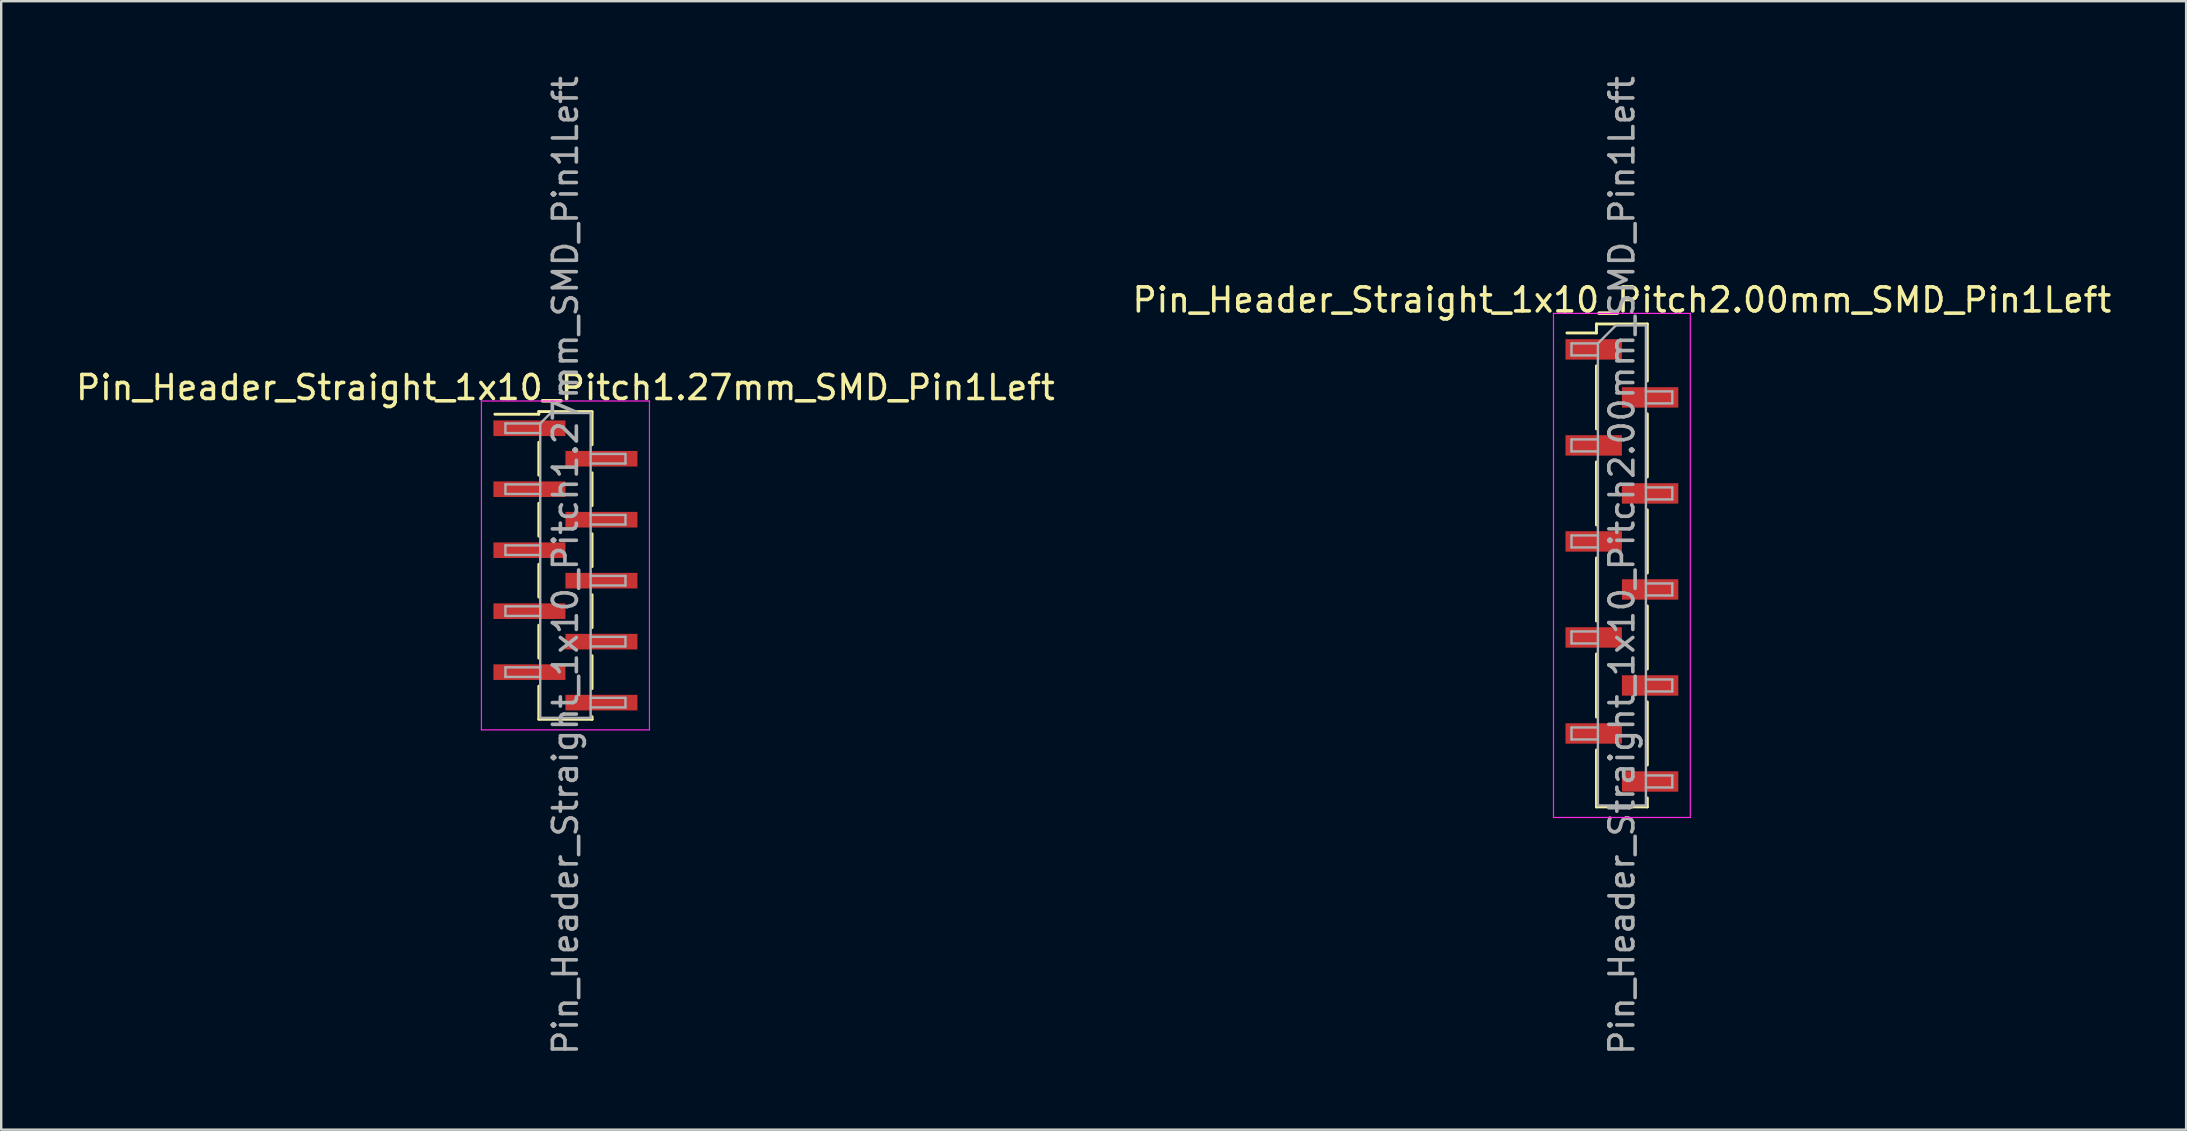
<source format=kicad_pcb>
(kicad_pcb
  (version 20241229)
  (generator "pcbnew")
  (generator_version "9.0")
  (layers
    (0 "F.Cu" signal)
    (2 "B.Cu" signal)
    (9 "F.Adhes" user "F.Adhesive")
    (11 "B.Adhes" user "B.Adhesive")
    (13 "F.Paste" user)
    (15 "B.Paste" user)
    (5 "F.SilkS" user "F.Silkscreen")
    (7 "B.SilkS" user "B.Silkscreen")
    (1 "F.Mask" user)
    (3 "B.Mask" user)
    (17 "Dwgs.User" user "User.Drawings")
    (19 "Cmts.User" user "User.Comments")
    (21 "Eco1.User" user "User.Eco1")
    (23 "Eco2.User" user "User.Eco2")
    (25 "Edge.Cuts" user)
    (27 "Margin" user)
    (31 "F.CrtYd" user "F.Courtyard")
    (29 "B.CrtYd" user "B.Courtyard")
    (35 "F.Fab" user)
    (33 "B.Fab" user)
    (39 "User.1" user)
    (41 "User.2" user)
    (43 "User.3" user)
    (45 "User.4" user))
  (footprint "Pin_Header_Straight_1x10_Pitch2.00mm_SMD_Pin1Left"
    (layer "F.Cu")
    (at 64.518 20.506)
    (property "Reference" "Pin_Header_Straight_1x10_Pitch2.00mm_SMD_Pin1Left" (at 0 -11.06 0) (layer "F.SilkS") (effects (font (size 1 1) (thickness 0.15))))
    (attr smd)
    (fp_line (start -1.06 -10.06) (end -1.06 -9.685) (stroke (width 0.12) (type solid)) (layer "F.SilkS"))
    (fp_line (start -1.06 -10.06) (end 1.06 -10.06) (stroke (width 0.12) (type solid)) (layer "F.SilkS"))
    (fp_line (start -1.06 -9.685) (end -2.29 -9.685) (stroke (width 0.12) (type solid)) (layer "F.SilkS"))
    (fp_line (start -1.06 -8.315) (end -1.06 -5.685) (stroke (width 0.12) (type solid)) (layer "F.SilkS"))
    (fp_line (start -1.06 -4.315) (end -1.06 -1.685) (stroke (width 0.12) (type solid)) (layer "F.SilkS"))
    (fp_line (start -1.06 -0.315) (end -1.06 2.315) (stroke (width 0.12) (type solid)) (layer "F.SilkS"))
    (fp_line (start -1.06 3.685) (end -1.06 6.315) (stroke (width 0.12) (type solid)) (layer "F.SilkS"))
    (fp_line (start -1.06 7.685) (end -1.06 10.06) (stroke (width 0.12) (type solid)) (layer "F.SilkS"))
    (fp_line (start -1.06 10.06) (end 1.06 10.06) (stroke (width 0.12) (type solid)) (layer "F.SilkS"))
    (fp_line (start 1.06 -10.06) (end 1.06 -7.685) (stroke (width 0.12) (type solid)) (layer "F.SilkS"))
    (fp_line (start 1.06 -6.315) (end 1.06 -3.685) (stroke (width 0.12) (type solid)) (layer "F.SilkS"))
    (fp_line (start 1.06 -2.315) (end 1.06 0.315) (stroke (width 0.12) (type solid)) (layer "F.SilkS"))
    (fp_line (start 1.06 1.685) (end 1.06 4.315) (stroke (width 0.12) (type solid)) (layer "F.SilkS"))
    (fp_line (start 1.06 5.685) (end 1.06 8.315) (stroke (width 0.12) (type solid)) (layer "F.SilkS"))
    (fp_line (start 1.06 9.685) (end 1.06 10.06) (stroke (width 0.12) (type solid)) (layer "F.SilkS"))
    (fp_line (start -2.85 -10.5) (end -2.85 10.5) (stroke (width 0.05) (type solid)) (layer "F.CrtYd"))
    (fp_line (start -2.85 10.5) (end 2.85 10.5) (stroke (width 0.05) (type solid)) (layer "F.CrtYd"))
    (fp_line (start 2.85 -10.5) (end -2.85 -10.5) (stroke (width 0.05) (type solid)) (layer "F.CrtYd"))
    (fp_line (start 2.85 10.5) (end 2.85 -10.5) (stroke (width 0.05) (type solid)) (layer "F.CrtYd"))
    (fp_line (start -2.1 -9.25) (end -2.1 -8.75) (stroke (width 0.1) (type solid)) (layer "F.Fab"))
    (fp_line (start -2.1 -8.75) (end -1 -8.75) (stroke (width 0.1) (type solid)) (layer "F.Fab"))
    (fp_line (start -2.1 -5.25) (end -2.1 -4.75) (stroke (width 0.1) (type solid)) (layer "F.Fab"))
    (fp_line (start -2.1 -4.75) (end -1 -4.75) (stroke (width 0.1) (type solid)) (layer "F.Fab"))
    (fp_line (start -2.1 -1.25) (end -2.1 -0.75) (stroke (width 0.1) (type solid)) (layer "F.Fab"))
    (fp_line (start -2.1 -0.75) (end -1 -0.75) (stroke (width 0.1) (type solid)) (layer "F.Fab"))
    (fp_line (start -2.1 2.75) (end -2.1 3.25) (stroke (width 0.1) (type solid)) (layer "F.Fab"))
    (fp_line (start -2.1 3.25) (end -1 3.25) (stroke (width 0.1) (type solid)) (layer "F.Fab"))
    (fp_line (start -2.1 6.75) (end -2.1 7.25) (stroke (width 0.1) (type solid)) (layer "F.Fab"))
    (fp_line (start -2.1 7.25) (end -1 7.25) (stroke (width 0.1) (type solid)) (layer "F.Fab"))
    (fp_line (start -1 -9.25) (end -2.1 -9.25) (stroke (width 0.1) (type solid)) (layer "F.Fab"))
    (fp_line (start -1 -9.25) (end -0.25 -10) (stroke (width 0.1) (type solid)) (layer "F.Fab"))
    (fp_line (start -1 -5.25) (end -2.1 -5.25) (stroke (width 0.1) (type solid)) (layer "F.Fab"))
    (fp_line (start -1 -1.25) (end -2.1 -1.25) (stroke (width 0.1) (type solid)) (layer "F.Fab"))
    (fp_line (start -1 2.75) (end -2.1 2.75) (stroke (width 0.1) (type solid)) (layer "F.Fab"))
    (fp_line (start -1 6.75) (end -2.1 6.75) (stroke (width 0.1) (type solid)) (layer "F.Fab"))
    (fp_line (start -1 10) (end -1 -9.25) (stroke (width 0.1) (type solid)) (layer "F.Fab"))
    (fp_line (start -0.25 -10) (end 1 -10) (stroke (width 0.1) (type solid)) (layer "F.Fab"))
    (fp_line (start 1 -10) (end 1 10) (stroke (width 0.1) (type solid)) (layer "F.Fab"))
    (fp_line (start 1 -7.25) (end 2.1 -7.25) (stroke (width 0.1) (type solid)) (layer "F.Fab"))
    (fp_line (start 1 -3.25) (end 2.1 -3.25) (stroke (width 0.1) (type solid)) (layer "F.Fab"))
    (fp_line (start 1 0.75) (end 2.1 0.75) (stroke (width 0.1) (type solid)) (layer "F.Fab"))
    (fp_line (start 1 4.75) (end 2.1 4.75) (stroke (width 0.1) (type solid)) (layer "F.Fab"))
    (fp_line (start 1 8.75) (end 2.1 8.75) (stroke (width 0.1) (type solid)) (layer "F.Fab"))
    (fp_line (start 1 10) (end -1 10) (stroke (width 0.1) (type solid)) (layer "F.Fab"))
    (fp_line (start 2.1 -7.25) (end 2.1 -6.75) (stroke (width 0.1) (type solid)) (layer "F.Fab"))
    (fp_line (start 2.1 -6.75) (end 1 -6.75) (stroke (width 0.1) (type solid)) (layer "F.Fab"))
    (fp_line (start 2.1 -3.25) (end 2.1 -2.75) (stroke (width 0.1) (type solid)) (layer "F.Fab"))
    (fp_line (start 2.1 -2.75) (end 1 -2.75) (stroke (width 0.1) (type solid)) (layer "F.Fab"))
    (fp_line (start 2.1 0.75) (end 2.1 1.25) (stroke (width 0.1) (type solid)) (layer "F.Fab"))
    (fp_line (start 2.1 1.25) (end 1 1.25) (stroke (width 0.1) (type solid)) (layer "F.Fab"))
    (fp_line (start 2.1 4.75) (end 2.1 5.25) (stroke (width 0.1) (type solid)) (layer "F.Fab"))
    (fp_line (start 2.1 5.25) (end 1 5.25) (stroke (width 0.1) (type solid)) (layer "F.Fab"))
    (fp_line (start 2.1 8.75) (end 2.1 9.25) (stroke (width 0.1) (type solid)) (layer "F.Fab"))
    (fp_line (start 2.1 9.25) (end 1 9.25) (stroke (width 0.1) (type solid)) (layer "F.Fab"))
    (fp_text user "${REFERENCE}" (at 0 0 90) (layer "F.Fab") (effects (font (size 1 1) (thickness 0.15))))
    (pad "1" smd rect (at -1.175 -9) (size 2.35 0.85) (layers "F.Cu" "F.Mask" "F.Paste"))
    (pad "2" smd rect (at 1.175 -7) (size 2.35 0.85) (layers "F.Cu" "F.Mask" "F.Paste"))
    (pad "3" smd rect (at -1.175 -5) (size 2.35 0.85) (layers "F.Cu" "F.Mask" "F.Paste"))
    (pad "4" smd rect (at 1.175 -3) (size 2.35 0.85) (layers "F.Cu" "F.Mask" "F.Paste"))
    (pad "5" smd rect (at -1.175 -1) (size 2.35 0.85) (layers "F.Cu" "F.Mask" "F.Paste"))
    (pad "6" smd rect (at 1.175 1) (size 2.35 0.85) (layers "F.Cu" "F.Mask" "F.Paste"))
    (pad "7" smd rect (at -1.175 3) (size 2.35 0.85) (layers "F.Cu" "F.Mask" "F.Paste"))
    (pad "8" smd rect (at 1.175 5) (size 2.35 0.85) (layers "F.Cu" "F.Mask" "F.Paste"))
    (pad "9" smd rect (at -1.175 7) (size 2.35 0.85) (layers "F.Cu" "F.Mask" "F.Paste"))
    (pad "10" smd rect (at 1.175 9) (size 2.35 0.85) (layers "F.Cu" "F.Mask" "F.Paste")))
  (footprint "Pin_Header_Straight_1x10_Pitch1.27mm_SMD_Pin1Left"
    (layer "F.Cu")
    (at 20.506 20.506)
    (property "Reference" "Pin_Header_Straight_1x10_Pitch1.27mm_SMD_Pin1Left" (at 0 -7.41 0) (layer "F.SilkS") (effects (font (size 1 1) (thickness 0.15))))
    (attr smd)
    (fp_line (start -1.11 -6.41) (end -1.11 -6.3) (stroke (width 0.12) (type solid)) (layer "F.SilkS"))
    (fp_line (start -1.11 -6.41) (end 1.11 -6.41) (stroke (width 0.12) (type solid)) (layer "F.SilkS"))
    (fp_line (start -1.11 -6.3) (end -2.94 -6.3) (stroke (width 0.12) (type solid)) (layer "F.SilkS"))
    (fp_line (start -1.11 -5.13) (end -1.11 -3.76) (stroke (width 0.12) (type solid)) (layer "F.SilkS"))
    (fp_line (start -1.11 -2.59) (end -1.11 -1.22) (stroke (width 0.12) (type solid)) (layer "F.SilkS"))
    (fp_line (start -1.11 -0.05) (end -1.11 1.32) (stroke (width 0.12) (type solid)) (layer "F.SilkS"))
    (fp_line (start -1.11 2.49) (end -1.11 3.86) (stroke (width 0.12) (type solid)) (layer "F.SilkS"))
    (fp_line (start -1.11 5.03) (end -1.11 6.4) (stroke (width 0.12) (type solid)) (layer "F.SilkS"))
    (fp_line (start -1.11 6.41) (end 1.11 6.41) (stroke (width 0.12) (type solid)) (layer "F.SilkS"))
    (fp_line (start 1.11 -6.4) (end 1.11 -5.03) (stroke (width 0.12) (type solid)) (layer "F.SilkS"))
    (fp_line (start 1.11 -3.86) (end 1.11 -2.49) (stroke (width 0.12) (type solid)) (layer "F.SilkS"))
    (fp_line (start 1.11 -1.32) (end 1.11 0.05) (stroke (width 0.12) (type solid)) (layer "F.SilkS"))
    (fp_line (start 1.11 1.22) (end 1.11 2.59) (stroke (width 0.12) (type solid)) (layer "F.SilkS"))
    (fp_line (start 1.11 3.76) (end 1.11 5.13) (stroke (width 0.12) (type solid)) (layer "F.SilkS"))
    (fp_line (start 1.11 6.3) (end 1.11 6.41) (stroke (width 0.12) (type solid)) (layer "F.SilkS"))
    (fp_line (start -3.5 -6.85) (end -3.5 6.85) (stroke (width 0.05) (type solid)) (layer "F.CrtYd"))
    (fp_line (start -3.5 6.85) (end 3.5 6.85) (stroke (width 0.05) (type solid)) (layer "F.CrtYd"))
    (fp_line (start 3.5 -6.85) (end -3.5 -6.85) (stroke (width 0.05) (type solid)) (layer "F.CrtYd"))
    (fp_line (start 3.5 6.85) (end 3.5 -6.85) (stroke (width 0.05) (type solid)) (layer "F.CrtYd"))
    (fp_line (start -2.5 -5.915) (end -2.5 -5.515) (stroke (width 0.1) (type solid)) (layer "F.Fab"))
    (fp_line (start -2.5 -5.515) (end -1.05 -5.515) (stroke (width 0.1) (type solid)) (layer "F.Fab"))
    (fp_line (start -2.5 -3.375) (end -2.5 -2.975) (stroke (width 0.1) (type solid)) (layer "F.Fab"))
    (fp_line (start -2.5 -2.975) (end -1.05 -2.975) (stroke (width 0.1) (type solid)) (layer "F.Fab"))
    (fp_line (start -2.5 -0.835) (end -2.5 -0.435) (stroke (width 0.1) (type solid)) (layer "F.Fab"))
    (fp_line (start -2.5 -0.435) (end -1.05 -0.435) (stroke (width 0.1) (type solid)) (layer "F.Fab"))
    (fp_line (start -2.5 1.705) (end -2.5 2.105) (stroke (width 0.1) (type solid)) (layer "F.Fab"))
    (fp_line (start -2.5 2.105) (end -1.05 2.105) (stroke (width 0.1) (type solid)) (layer "F.Fab"))
    (fp_line (start -2.5 4.245) (end -2.5 4.645) (stroke (width 0.1) (type solid)) (layer "F.Fab"))
    (fp_line (start -2.5 4.645) (end -1.05 4.645) (stroke (width 0.1) (type solid)) (layer "F.Fab"))
    (fp_line (start -1.05 -5.915) (end -2.5 -5.915) (stroke (width 0.1) (type solid)) (layer "F.Fab"))
    (fp_line (start -1.05 -5.915) (end -0.615 -6.35) (stroke (width 0.1) (type solid)) (layer "F.Fab"))
    (fp_line (start -1.05 -3.375) (end -2.5 -3.375) (stroke (width 0.1) (type solid)) (layer "F.Fab"))
    (fp_line (start -1.05 -0.835) (end -2.5 -0.835) (stroke (width 0.1) (type solid)) (layer "F.Fab"))
    (fp_line (start -1.05 1.705) (end -2.5 1.705) (stroke (width 0.1) (type solid)) (layer "F.Fab"))
    (fp_line (start -1.05 4.245) (end -2.5 4.245) (stroke (width 0.1) (type solid)) (layer "F.Fab"))
    (fp_line (start -1.05 6.35) (end -1.05 -5.915) (stroke (width 0.1) (type solid)) (layer "F.Fab"))
    (fp_line (start -0.615 -6.35) (end 1.05 -6.35) (stroke (width 0.1) (type solid)) (layer "F.Fab"))
    (fp_line (start 1.05 -6.35) (end 1.05 6.35) (stroke (width 0.1) (type solid)) (layer "F.Fab"))
    (fp_line (start 1.05 -4.645) (end 2.5 -4.645) (stroke (width 0.1) (type solid)) (layer "F.Fab"))
    (fp_line (start 1.05 -2.105) (end 2.5 -2.105) (stroke (width 0.1) (type solid)) (layer "F.Fab"))
    (fp_line (start 1.05 0.435) (end 2.5 0.435) (stroke (width 0.1) (type solid)) (layer "F.Fab"))
    (fp_line (start 1.05 2.975) (end 2.5 2.975) (stroke (width 0.1) (type solid)) (layer "F.Fab"))
    (fp_line (start 1.05 5.515) (end 2.5 5.515) (stroke (width 0.1) (type solid)) (layer "F.Fab"))
    (fp_line (start 1.05 6.35) (end -1.05 6.35) (stroke (width 0.1) (type solid)) (layer "F.Fab"))
    (fp_line (start 2.5 -4.645) (end 2.5 -4.245) (stroke (width 0.1) (type solid)) (layer "F.Fab"))
    (fp_line (start 2.5 -4.245) (end 1.05 -4.245) (stroke (width 0.1) (type solid)) (layer "F.Fab"))
    (fp_line (start 2.5 -2.105) (end 2.5 -1.705) (stroke (width 0.1) (type solid)) (layer "F.Fab"))
    (fp_line (start 2.5 -1.705) (end 1.05 -1.705) (stroke (width 0.1) (type solid)) (layer "F.Fab"))
    (fp_line (start 2.5 0.435) (end 2.5 0.835) (stroke (width 0.1) (type solid)) (layer "F.Fab"))
    (fp_line (start 2.5 0.835) (end 1.05 0.835) (stroke (width 0.1) (type solid)) (layer "F.Fab"))
    (fp_line (start 2.5 2.975) (end 2.5 3.375) (stroke (width 0.1) (type solid)) (layer "F.Fab"))
    (fp_line (start 2.5 3.375) (end 1.05 3.375) (stroke (width 0.1) (type solid)) (layer "F.Fab"))
    (fp_line (start 2.5 5.515) (end 2.5 5.915) (stroke (width 0.1) (type solid)) (layer "F.Fab"))
    (fp_line (start 2.5 5.915) (end 1.05 5.915) (stroke (width 0.1) (type solid)) (layer "F.Fab"))
    (fp_text user "${REFERENCE}" (at 0 0 90) (layer "F.Fab") (effects (font (size 1 1) (thickness 0.15))))
    (pad "1" smd rect (at -1.5 -5.715) (size 3 0.65) (layers "F.Cu" "F.Mask" "F.Paste"))
    (pad "2" smd rect (at 1.5 -4.445) (size 3 0.65) (layers "F.Cu" "F.Mask" "F.Paste"))
    (pad "3" smd rect (at -1.5 -3.175) (size 3 0.65) (layers "F.Cu" "F.Mask" "F.Paste"))
    (pad "4" smd rect (at 1.5 -1.905) (size 3 0.65) (layers "F.Cu" "F.Mask" "F.Paste"))
    (pad "5" smd rect (at -1.5 -0.635) (size 3 0.65) (layers "F.Cu" "F.Mask" "F.Paste"))
    (pad "6" smd rect (at 1.5 0.635) (size 3 0.65) (layers "F.Cu" "F.Mask" "F.Paste"))
    (pad "7" smd rect (at -1.5 1.905) (size 3 0.65) (layers "F.Cu" "F.Mask" "F.Paste"))
    (pad "8" smd rect (at 1.5 3.175) (size 3 0.65) (layers "F.Cu" "F.Mask" "F.Paste"))
    (pad "9" smd rect (at -1.5 4.445) (size 3 0.65) (layers "F.Cu" "F.Mask" "F.Paste"))
    (pad "10" smd rect (at 1.5 5.715) (size 3 0.65) (layers "F.Cu" "F.Mask" "F.Paste")))
  (gr_rect
    (start -3 -3)
    (end 88.024 44.012)
    (stroke (width 0.1) (type default))
    (fill no)
    (layer "Edge.Cuts")))
</source>
